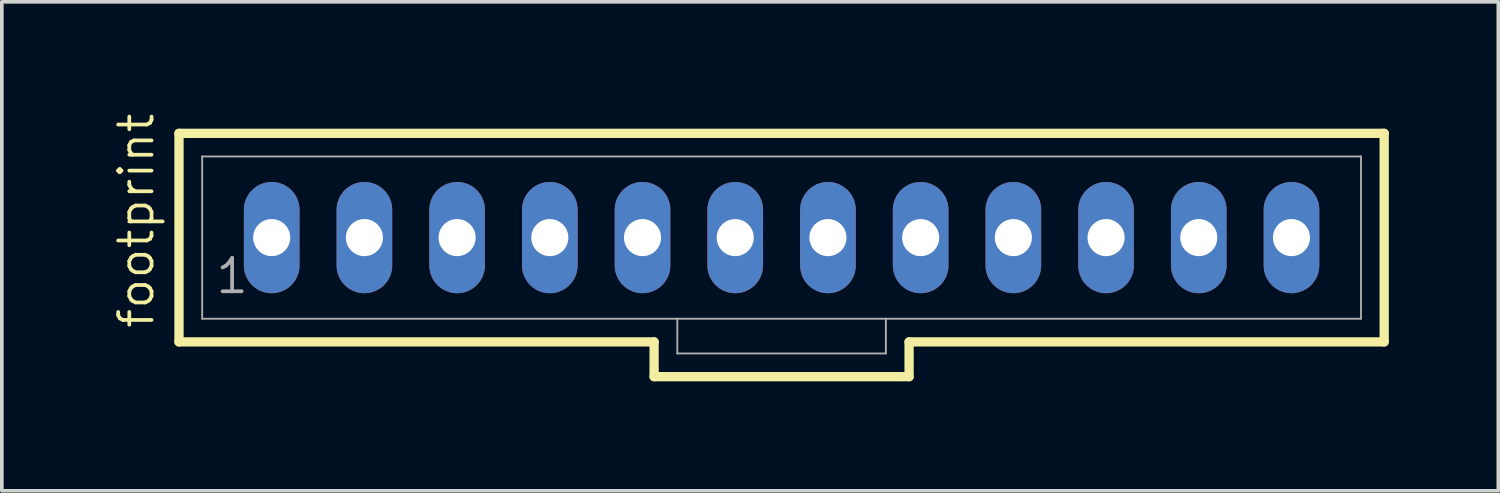
<source format=kicad_pcb>
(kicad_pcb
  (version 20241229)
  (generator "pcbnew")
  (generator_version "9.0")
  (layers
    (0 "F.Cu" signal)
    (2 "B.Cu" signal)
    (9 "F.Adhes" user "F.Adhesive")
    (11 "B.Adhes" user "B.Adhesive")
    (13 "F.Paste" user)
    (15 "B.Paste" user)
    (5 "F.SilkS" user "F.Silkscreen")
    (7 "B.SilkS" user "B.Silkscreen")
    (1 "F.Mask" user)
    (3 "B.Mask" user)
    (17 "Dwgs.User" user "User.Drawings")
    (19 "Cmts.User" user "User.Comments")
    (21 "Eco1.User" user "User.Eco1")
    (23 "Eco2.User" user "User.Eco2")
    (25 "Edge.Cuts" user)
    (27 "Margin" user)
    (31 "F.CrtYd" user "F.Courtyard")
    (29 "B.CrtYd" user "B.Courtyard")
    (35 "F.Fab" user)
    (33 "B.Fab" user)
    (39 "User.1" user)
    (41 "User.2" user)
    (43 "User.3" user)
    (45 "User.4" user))
  (footprint "footprint"
    (layer "F.Cu")
    (at 18.364 3.46)
    (property "Reference" "footprint" (at -17.145 2.54 90) (layer "F.SilkS") (effects (font (size 0.914 0.914) (thickness 0.102)) (justify left bottom)))
    (fp_line (start -16.51 -2.857) (end -16.51 2.857) (stroke (width 0.254) (type solid)) (layer "F.SilkS"))
    (fp_line (start -16.51 2.857) (end -3.493 2.857) (stroke (width 0.254) (type solid)) (layer "F.SilkS"))
    (fp_line (start -3.493 2.857) (end -3.493 3.81) (stroke (width 0.254) (type solid)) (layer "F.SilkS"))
    (fp_line (start -3.493 3.81) (end 3.493 3.81) (stroke (width 0.254) (type solid)) (layer "F.SilkS"))
    (fp_line (start 3.493 2.857) (end 16.51 2.857) (stroke (width 0.254) (type solid)) (layer "F.SilkS"))
    (fp_line (start 3.493 3.81) (end 3.493 2.857) (stroke (width 0.254) (type solid)) (layer "F.SilkS"))
    (fp_line (start 16.51 -2.857) (end -16.51 -2.857) (stroke (width 0.254) (type solid)) (layer "F.SilkS"))
    (fp_line (start 16.51 2.857) (end 16.51 -2.857) (stroke (width 0.254) (type solid)) (layer "F.SilkS"))
    (fp_line (start -15.875 -2.223) (end -15.875 2.223) (stroke (width 0.051) (type solid)) (layer "F.Fab"))
    (fp_line (start -15.875 -2.223) (end 15.875 -2.223) (stroke (width 0.051) (type solid)) (layer "F.Fab"))
    (fp_line (start -15.875 2.223) (end -2.857 2.223) (stroke (width 0.051) (type solid)) (layer "F.Fab"))
    (fp_line (start -2.857 2.223) (end -2.857 3.175) (stroke (width 0.051) (type solid)) (layer "F.Fab"))
    (fp_line (start -2.857 2.223) (end 2.857 2.223) (stroke (width 0.051) (type solid)) (layer "F.Fab"))
    (fp_line (start 2.857 2.223) (end 2.857 3.175) (stroke (width 0.051) (type solid)) (layer "F.Fab"))
    (fp_line (start 2.857 2.223) (end 15.875 2.223) (stroke (width 0.051) (type solid)) (layer "F.Fab"))
    (fp_line (start 2.857 3.175) (end -2.857 3.175) (stroke (width 0.051) (type solid)) (layer "F.Fab"))
    (fp_line (start 15.875 -2.223) (end 15.875 2.223) (stroke (width 0.051) (type solid)) (layer "F.Fab"))
    (fp_poly (pts (xy -14.208 0.238) (xy -13.732 0.238) (xy -13.732 -0.238) (xy -14.208 -0.238)) (stroke (width 0.1) (type solid)) (fill no) (layer "F.Fab"))
    (fp_poly (pts (xy -11.668 0.238) (xy -11.192 0.238) (xy -11.192 -0.238) (xy -11.668 -0.238)) (stroke (width 0.1) (type solid)) (fill no) (layer "F.Fab"))
    (fp_poly (pts (xy -9.128 0.238) (xy -8.652 0.238) (xy -8.652 -0.238) (xy -9.128 -0.238)) (stroke (width 0.1) (type solid)) (fill no) (layer "F.Fab"))
    (fp_poly (pts (xy -6.588 0.238) (xy -6.112 0.238) (xy -6.112 -0.238) (xy -6.588 -0.238)) (stroke (width 0.1) (type solid)) (fill no) (layer "F.Fab"))
    (fp_poly (pts (xy -4.048 0.238) (xy -3.572 0.238) (xy -3.572 -0.238) (xy -4.048 -0.238)) (stroke (width 0.1) (type solid)) (fill no) (layer "F.Fab"))
    (fp_poly (pts (xy -1.508 0.238) (xy -1.032 0.238) (xy -1.032 -0.238) (xy -1.508 -0.238)) (stroke (width 0.1) (type solid)) (fill no) (layer "F.Fab"))
    (fp_poly (pts (xy 1.032 0.238) (xy 1.508 0.238) (xy 1.508 -0.238) (xy 1.032 -0.238)) (stroke (width 0.1) (type solid)) (fill no) (layer "F.Fab"))
    (fp_poly (pts (xy 3.572 0.238) (xy 4.048 0.238) (xy 4.048 -0.238) (xy 3.572 -0.238)) (stroke (width 0.1) (type solid)) (fill no) (layer "F.Fab"))
    (fp_poly (pts (xy 6.112 0.238) (xy 6.588 0.238) (xy 6.588 -0.238) (xy 6.112 -0.238)) (stroke (width 0.1) (type solid)) (fill no) (layer "F.Fab"))
    (fp_poly (pts (xy 8.652 0.238) (xy 9.128 0.238) (xy 9.128 -0.238) (xy 8.652 -0.238)) (stroke (width 0.1) (type solid)) (fill no) (layer "F.Fab"))
    (fp_poly (pts (xy 11.192 0.238) (xy 11.668 0.238) (xy 11.668 -0.238) (xy 11.192 -0.238)) (stroke (width 0.1) (type solid)) (fill no) (layer "F.Fab"))
    (fp_poly (pts (xy 13.732 0.238) (xy 14.208 0.238) (xy 14.208 -0.238) (xy 13.732 -0.238)) (stroke (width 0.1) (type solid)) (fill no) (layer "F.Fab"))
    (fp_text user "1" (at -15.557 1.587 0) (layer "F.Fab") (effects (font (size 0.914 0.914) (thickness 0.102)) (justify left bottom)))
    (pad "1" thru_hole oval (at -13.97 0 90) (size 3.048 1.524) (drill 1.016) (layers "*.Cu" "*.Mask"))
    (pad "2" thru_hole oval (at -11.43 0 90) (size 3.048 1.524) (drill 1.016) (layers "*.Cu" "*.Mask"))
    (pad "3" thru_hole oval (at -8.89 0 90) (size 3.048 1.524) (drill 1.016) (layers "*.Cu" "*.Mask"))
    (pad "4" thru_hole oval (at -6.35 0 90) (size 3.048 1.524) (drill 1.016) (layers "*.Cu" "*.Mask"))
    (pad "5" thru_hole oval (at -3.81 0 90) (size 3.048 1.524) (drill 1.016) (layers "*.Cu" "*.Mask"))
    (pad "6" thru_hole oval (at -1.27 0 90) (size 3.048 1.524) (drill 1.016) (layers "*.Cu" "*.Mask"))
    (pad "7" thru_hole oval (at 1.27 0 90) (size 3.048 1.524) (drill 1.016) (layers "*.Cu" "*.Mask"))
    (pad "8" thru_hole oval (at 3.81 0 90) (size 3.048 1.524) (drill 1.016) (layers "*.Cu" "*.Mask"))
    (pad "9" thru_hole oval (at 6.35 0 90) (size 3.048 1.524) (drill 1.016) (layers "*.Cu" "*.Mask"))
    (pad "10" thru_hole oval (at 8.89 0 90) (size 3.048 1.524) (drill 1.016) (layers "*.Cu" "*.Mask"))
    (pad "11" thru_hole oval (at 11.43 0 90) (size 3.048 1.524) (drill 1.016) (layers "*.Cu" "*.Mask"))
    (pad "12" thru_hole oval (at 13.97 0 90) (size 3.048 1.524) (drill 1.016) (layers "*.Cu" "*.Mask")))
  (gr_rect
    (start -3 -3)
    (end 38.001 10.397)
    (stroke (width 0.1) (type default))
    (fill no)
    (layer "Edge.Cuts")))
</source>
